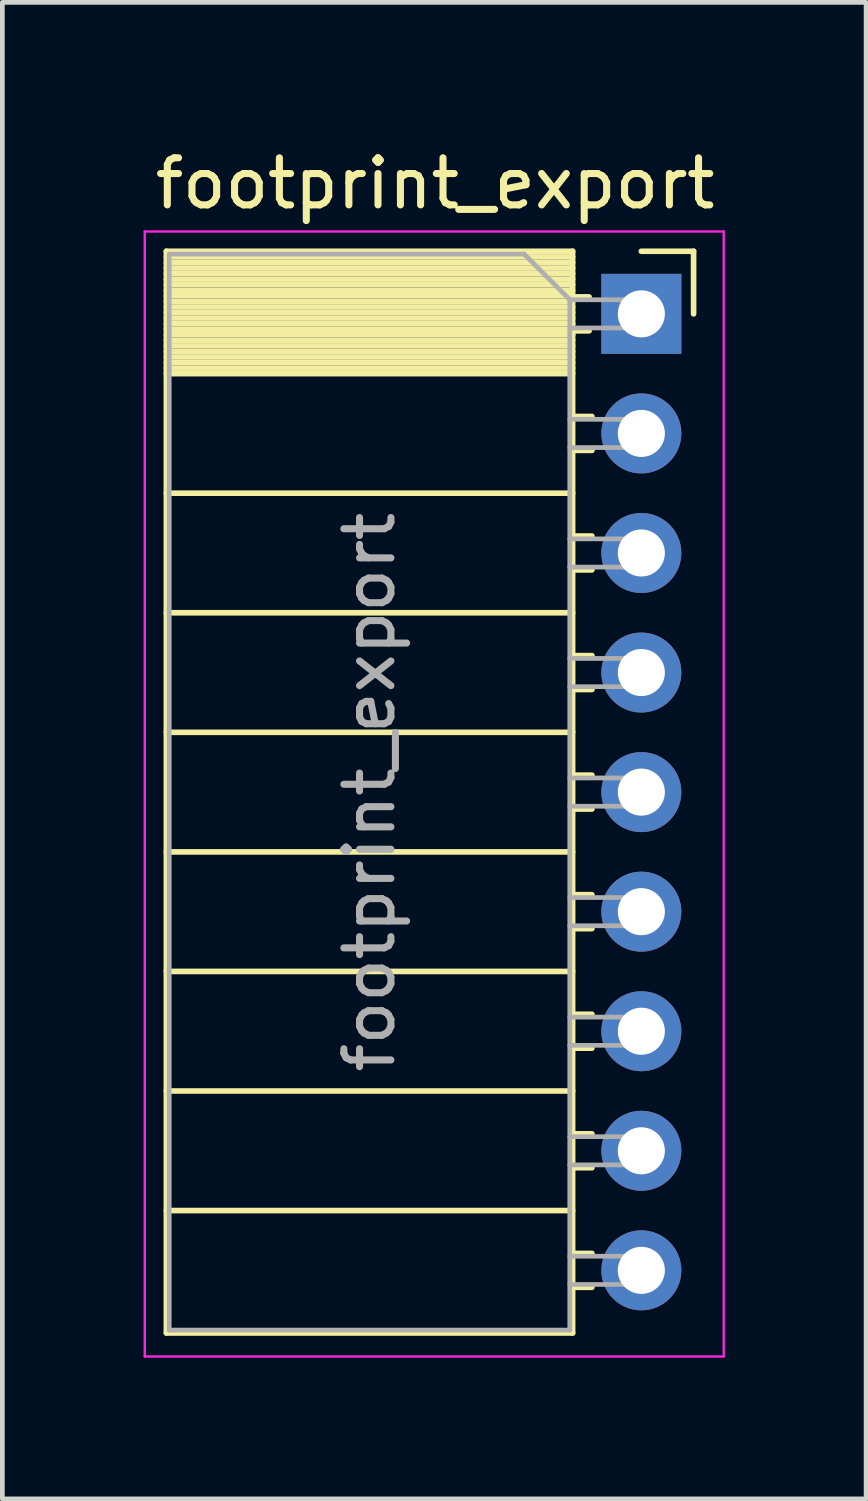
<source format=kicad_pcb>
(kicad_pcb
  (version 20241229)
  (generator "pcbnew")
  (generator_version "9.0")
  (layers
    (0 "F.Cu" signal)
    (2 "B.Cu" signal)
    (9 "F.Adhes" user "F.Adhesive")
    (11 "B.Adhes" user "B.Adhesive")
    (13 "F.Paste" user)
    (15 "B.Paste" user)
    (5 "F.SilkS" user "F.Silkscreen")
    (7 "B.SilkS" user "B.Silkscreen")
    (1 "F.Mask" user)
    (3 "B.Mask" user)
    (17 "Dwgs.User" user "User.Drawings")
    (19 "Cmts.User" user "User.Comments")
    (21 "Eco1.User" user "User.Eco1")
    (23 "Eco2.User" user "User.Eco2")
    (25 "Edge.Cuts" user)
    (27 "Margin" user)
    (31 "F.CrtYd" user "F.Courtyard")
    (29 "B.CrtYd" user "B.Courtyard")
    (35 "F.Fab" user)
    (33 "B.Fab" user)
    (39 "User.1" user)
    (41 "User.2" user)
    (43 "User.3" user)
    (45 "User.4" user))
  (footprint "footprint_export"
    (layer "F.Cu")
    (at 10.575 3.618)
    (property "Reference" "footprint_export" (at -4.38 -2.77 0) (layer "F.SilkS") (effects (font (size 1 1) (thickness 0.15))))
    (attr through_hole)
    (fp_line (start -10.09 -1.33) (end -10.09 21.65) (stroke (width 0.12) (type solid)) (layer "F.SilkS"))
    (fp_line (start -10.09 -1.33) (end -1.46 -1.33) (stroke (width 0.12) (type solid)) (layer "F.SilkS"))
    (fp_line (start -10.09 -1.21) (end -1.46 -1.21) (stroke (width 0.12) (type solid)) (layer "F.SilkS"))
    (fp_line (start -10.09 -1.092) (end -1.46 -1.092) (stroke (width 0.12) (type solid)) (layer "F.SilkS"))
    (fp_line (start -10.09 -0.974) (end -1.46 -0.974) (stroke (width 0.12) (type solid)) (layer "F.SilkS"))
    (fp_line (start -10.09 -0.856) (end -1.46 -0.856) (stroke (width 0.12) (type solid)) (layer "F.SilkS"))
    (fp_line (start -10.09 -0.738) (end -1.46 -0.738) (stroke (width 0.12) (type solid)) (layer "F.SilkS"))
    (fp_line (start -10.09 -0.62) (end -1.46 -0.62) (stroke (width 0.12) (type solid)) (layer "F.SilkS"))
    (fp_line (start -10.09 -0.501) (end -1.46 -0.501) (stroke (width 0.12) (type solid)) (layer "F.SilkS"))
    (fp_line (start -10.09 -0.383) (end -1.46 -0.383) (stroke (width 0.12) (type solid)) (layer "F.SilkS"))
    (fp_line (start -10.09 -0.265) (end -1.46 -0.265) (stroke (width 0.12) (type solid)) (layer "F.SilkS"))
    (fp_line (start -10.09 -0.147) (end -1.46 -0.147) (stroke (width 0.12) (type solid)) (layer "F.SilkS"))
    (fp_line (start -10.09 -0.029) (end -1.46 -0.029) (stroke (width 0.12) (type solid)) (layer "F.SilkS"))
    (fp_line (start -10.09 0.089) (end -1.46 0.089) (stroke (width 0.12) (type solid)) (layer "F.SilkS"))
    (fp_line (start -10.09 0.207) (end -1.46 0.207) (stroke (width 0.12) (type solid)) (layer "F.SilkS"))
    (fp_line (start -10.09 0.325) (end -1.46 0.325) (stroke (width 0.12) (type solid)) (layer "F.SilkS"))
    (fp_line (start -10.09 0.443) (end -1.46 0.443) (stroke (width 0.12) (type solid)) (layer "F.SilkS"))
    (fp_line (start -10.09 0.561) (end -1.46 0.561) (stroke (width 0.12) (type solid)) (layer "F.SilkS"))
    (fp_line (start -10.09 0.68) (end -1.46 0.68) (stroke (width 0.12) (type solid)) (layer "F.SilkS"))
    (fp_line (start -10.09 0.798) (end -1.46 0.798) (stroke (width 0.12) (type solid)) (layer "F.SilkS"))
    (fp_line (start -10.09 0.916) (end -1.46 0.916) (stroke (width 0.12) (type solid)) (layer "F.SilkS"))
    (fp_line (start -10.09 1.034) (end -1.46 1.034) (stroke (width 0.12) (type solid)) (layer "F.SilkS"))
    (fp_line (start -10.09 1.152) (end -1.46 1.152) (stroke (width 0.12) (type solid)) (layer "F.SilkS"))
    (fp_line (start -10.09 1.27) (end -1.46 1.27) (stroke (width 0.12) (type solid)) (layer "F.SilkS"))
    (fp_line (start -10.09 3.81) (end -1.46 3.81) (stroke (width 0.12) (type solid)) (layer "F.SilkS"))
    (fp_line (start -10.09 6.35) (end -1.46 6.35) (stroke (width 0.12) (type solid)) (layer "F.SilkS"))
    (fp_line (start -10.09 8.89) (end -1.46 8.89) (stroke (width 0.12) (type solid)) (layer "F.SilkS"))
    (fp_line (start -10.09 11.43) (end -1.46 11.43) (stroke (width 0.12) (type solid)) (layer "F.SilkS"))
    (fp_line (start -10.09 13.97) (end -1.46 13.97) (stroke (width 0.12) (type solid)) (layer "F.SilkS"))
    (fp_line (start -10.09 16.51) (end -1.46 16.51) (stroke (width 0.12) (type solid)) (layer "F.SilkS"))
    (fp_line (start -10.09 19.05) (end -1.46 19.05) (stroke (width 0.12) (type solid)) (layer "F.SilkS"))
    (fp_line (start -10.09 21.65) (end -1.46 21.65) (stroke (width 0.12) (type solid)) (layer "F.SilkS"))
    (fp_line (start -1.46 -1.33) (end -1.46 21.65) (stroke (width 0.12) (type solid)) (layer "F.SilkS"))
    (fp_line (start -1.46 -0.36) (end -1.11 -0.36) (stroke (width 0.12) (type solid)) (layer "F.SilkS"))
    (fp_line (start -1.46 0.36) (end -1.11 0.36) (stroke (width 0.12) (type solid)) (layer "F.SilkS"))
    (fp_line (start -1.46 2.18) (end -1.05 2.18) (stroke (width 0.12) (type solid)) (layer "F.SilkS"))
    (fp_line (start -1.46 2.9) (end -1.05 2.9) (stroke (width 0.12) (type solid)) (layer "F.SilkS"))
    (fp_line (start -1.46 4.72) (end -1.05 4.72) (stroke (width 0.12) (type solid)) (layer "F.SilkS"))
    (fp_line (start -1.46 5.44) (end -1.05 5.44) (stroke (width 0.12) (type solid)) (layer "F.SilkS"))
    (fp_line (start -1.46 7.26) (end -1.05 7.26) (stroke (width 0.12) (type solid)) (layer "F.SilkS"))
    (fp_line (start -1.46 7.98) (end -1.05 7.98) (stroke (width 0.12) (type solid)) (layer "F.SilkS"))
    (fp_line (start -1.46 9.8) (end -1.05 9.8) (stroke (width 0.12) (type solid)) (layer "F.SilkS"))
    (fp_line (start -1.46 10.52) (end -1.05 10.52) (stroke (width 0.12) (type solid)) (layer "F.SilkS"))
    (fp_line (start -1.46 12.34) (end -1.05 12.34) (stroke (width 0.12) (type solid)) (layer "F.SilkS"))
    (fp_line (start -1.46 13.06) (end -1.05 13.06) (stroke (width 0.12) (type solid)) (layer "F.SilkS"))
    (fp_line (start -1.46 14.88) (end -1.05 14.88) (stroke (width 0.12) (type solid)) (layer "F.SilkS"))
    (fp_line (start -1.46 15.6) (end -1.05 15.6) (stroke (width 0.12) (type solid)) (layer "F.SilkS"))
    (fp_line (start -1.46 17.42) (end -1.05 17.42) (stroke (width 0.12) (type solid)) (layer "F.SilkS"))
    (fp_line (start -1.46 18.14) (end -1.05 18.14) (stroke (width 0.12) (type solid)) (layer "F.SilkS"))
    (fp_line (start -1.46 19.96) (end -1.05 19.96) (stroke (width 0.12) (type solid)) (layer "F.SilkS"))
    (fp_line (start -1.46 20.68) (end -1.05 20.68) (stroke (width 0.12) (type solid)) (layer "F.SilkS"))
    (fp_line (start 0 -1.33) (end 1.11 -1.33) (stroke (width 0.12) (type solid)) (layer "F.SilkS"))
    (fp_line (start 1.11 -1.33) (end 1.11 0) (stroke (width 0.12) (type solid)) (layer "F.SilkS"))
    (fp_line (start -10.55 -1.75) (end -10.55 22.15) (stroke (width 0.05) (type solid)) (layer "F.CrtYd"))
    (fp_line (start -10.55 22.15) (end 1.75 22.15) (stroke (width 0.05) (type solid)) (layer "F.CrtYd"))
    (fp_line (start 1.75 -1.75) (end -10.55 -1.75) (stroke (width 0.05) (type solid)) (layer "F.CrtYd"))
    (fp_line (start 1.75 22.15) (end 1.75 -1.75) (stroke (width 0.05) (type solid)) (layer "F.CrtYd"))
    (fp_line (start -10.03 -1.27) (end -2.49 -1.27) (stroke (width 0.1) (type solid)) (layer "F.Fab"))
    (fp_line (start -10.03 21.59) (end -10.03 -1.27) (stroke (width 0.1) (type solid)) (layer "F.Fab"))
    (fp_line (start -2.49 -1.27) (end -1.52 -0.3) (stroke (width 0.1) (type solid)) (layer "F.Fab"))
    (fp_line (start -1.52 -0.3) (end -1.52 21.59) (stroke (width 0.1) (type solid)) (layer "F.Fab"))
    (fp_line (start -1.52 0.3) (end 0 0.3) (stroke (width 0.1) (type solid)) (layer "F.Fab"))
    (fp_line (start -1.52 2.84) (end 0 2.84) (stroke (width 0.1) (type solid)) (layer "F.Fab"))
    (fp_line (start -1.52 5.38) (end 0 5.38) (stroke (width 0.1) (type solid)) (layer "F.Fab"))
    (fp_line (start -1.52 7.92) (end 0 7.92) (stroke (width 0.1) (type solid)) (layer "F.Fab"))
    (fp_line (start -1.52 10.46) (end 0 10.46) (stroke (width 0.1) (type solid)) (layer "F.Fab"))
    (fp_line (start -1.52 13) (end 0 13) (stroke (width 0.1) (type solid)) (layer "F.Fab"))
    (fp_line (start -1.52 15.54) (end 0 15.54) (stroke (width 0.1) (type solid)) (layer "F.Fab"))
    (fp_line (start -1.52 18.08) (end 0 18.08) (stroke (width 0.1) (type solid)) (layer "F.Fab"))
    (fp_line (start -1.52 20.62) (end 0 20.62) (stroke (width 0.1) (type solid)) (layer "F.Fab"))
    (fp_line (start -1.52 21.59) (end -10.03 21.59) (stroke (width 0.1) (type solid)) (layer "F.Fab"))
    (fp_line (start 0 -0.3) (end -1.52 -0.3) (stroke (width 0.1) (type solid)) (layer "F.Fab"))
    (fp_line (start 0 0.3) (end 0 -0.3) (stroke (width 0.1) (type solid)) (layer "F.Fab"))
    (fp_line (start 0 2.24) (end -1.52 2.24) (stroke (width 0.1) (type solid)) (layer "F.Fab"))
    (fp_line (start 0 2.84) (end 0 2.24) (stroke (width 0.1) (type solid)) (layer "F.Fab"))
    (fp_line (start 0 4.78) (end -1.52 4.78) (stroke (width 0.1) (type solid)) (layer "F.Fab"))
    (fp_line (start 0 5.38) (end 0 4.78) (stroke (width 0.1) (type solid)) (layer "F.Fab"))
    (fp_line (start 0 7.32) (end -1.52 7.32) (stroke (width 0.1) (type solid)) (layer "F.Fab"))
    (fp_line (start 0 7.92) (end 0 7.32) (stroke (width 0.1) (type solid)) (layer "F.Fab"))
    (fp_line (start 0 9.86) (end -1.52 9.86) (stroke (width 0.1) (type solid)) (layer "F.Fab"))
    (fp_line (start 0 10.46) (end 0 9.86) (stroke (width 0.1) (type solid)) (layer "F.Fab"))
    (fp_line (start 0 12.4) (end -1.52 12.4) (stroke (width 0.1) (type solid)) (layer "F.Fab"))
    (fp_line (start 0 13) (end 0 12.4) (stroke (width 0.1) (type solid)) (layer "F.Fab"))
    (fp_line (start 0 14.94) (end -1.52 14.94) (stroke (width 0.1) (type solid)) (layer "F.Fab"))
    (fp_line (start 0 15.54) (end 0 14.94) (stroke (width 0.1) (type solid)) (layer "F.Fab"))
    (fp_line (start 0 17.48) (end -1.52 17.48) (stroke (width 0.1) (type solid)) (layer "F.Fab"))
    (fp_line (start 0 18.08) (end 0 17.48) (stroke (width 0.1) (type solid)) (layer "F.Fab"))
    (fp_line (start 0 20.02) (end -1.52 20.02) (stroke (width 0.1) (type solid)) (layer "F.Fab"))
    (fp_line (start 0 20.62) (end 0 20.02) (stroke (width 0.1) (type solid)) (layer "F.Fab"))
    (fp_text user "${REFERENCE}" (at -5.775 10.16 90) (layer "F.Fab") (effects (font (size 1 1) (thickness 0.15))))
    (pad "1" thru_hole rect (at 0 0) (size 1.7 1.7) (drill 1) (layers "*.Cu" "*.Mask"))
    (pad "2" thru_hole oval (at 0 2.54) (size 1.7 1.7) (drill 1) (layers "*.Cu" "*.Mask"))
    (pad "3" thru_hole oval (at 0 5.08) (size 1.7 1.7) (drill 1) (layers "*.Cu" "*.Mask"))
    (pad "4" thru_hole oval (at 0 7.62) (size 1.7 1.7) (drill 1) (layers "*.Cu" "*.Mask"))
    (pad "5" thru_hole oval (at 0 10.16) (size 1.7 1.7) (drill 1) (layers "*.Cu" "*.Mask"))
    (pad "6" thru_hole oval (at 0 12.7) (size 1.7 1.7) (drill 1) (layers "*.Cu" "*.Mask"))
    (pad "7" thru_hole oval (at 0 15.24) (size 1.7 1.7) (drill 1) (layers "*.Cu" "*.Mask"))
    (pad "8" thru_hole oval (at 0 17.78) (size 1.7 1.7) (drill 1) (layers "*.Cu" "*.Mask"))
    (pad "9" thru_hole oval (at 0 20.32) (size 1.7 1.7) (drill 1) (layers "*.Cu" "*.Mask")))
  (gr_rect
    (start -3 -3)
    (end 15.35 28.793)
    (stroke (width 0.1) (type default))
    (fill no)
    (layer "Edge.Cuts")))
</source>
